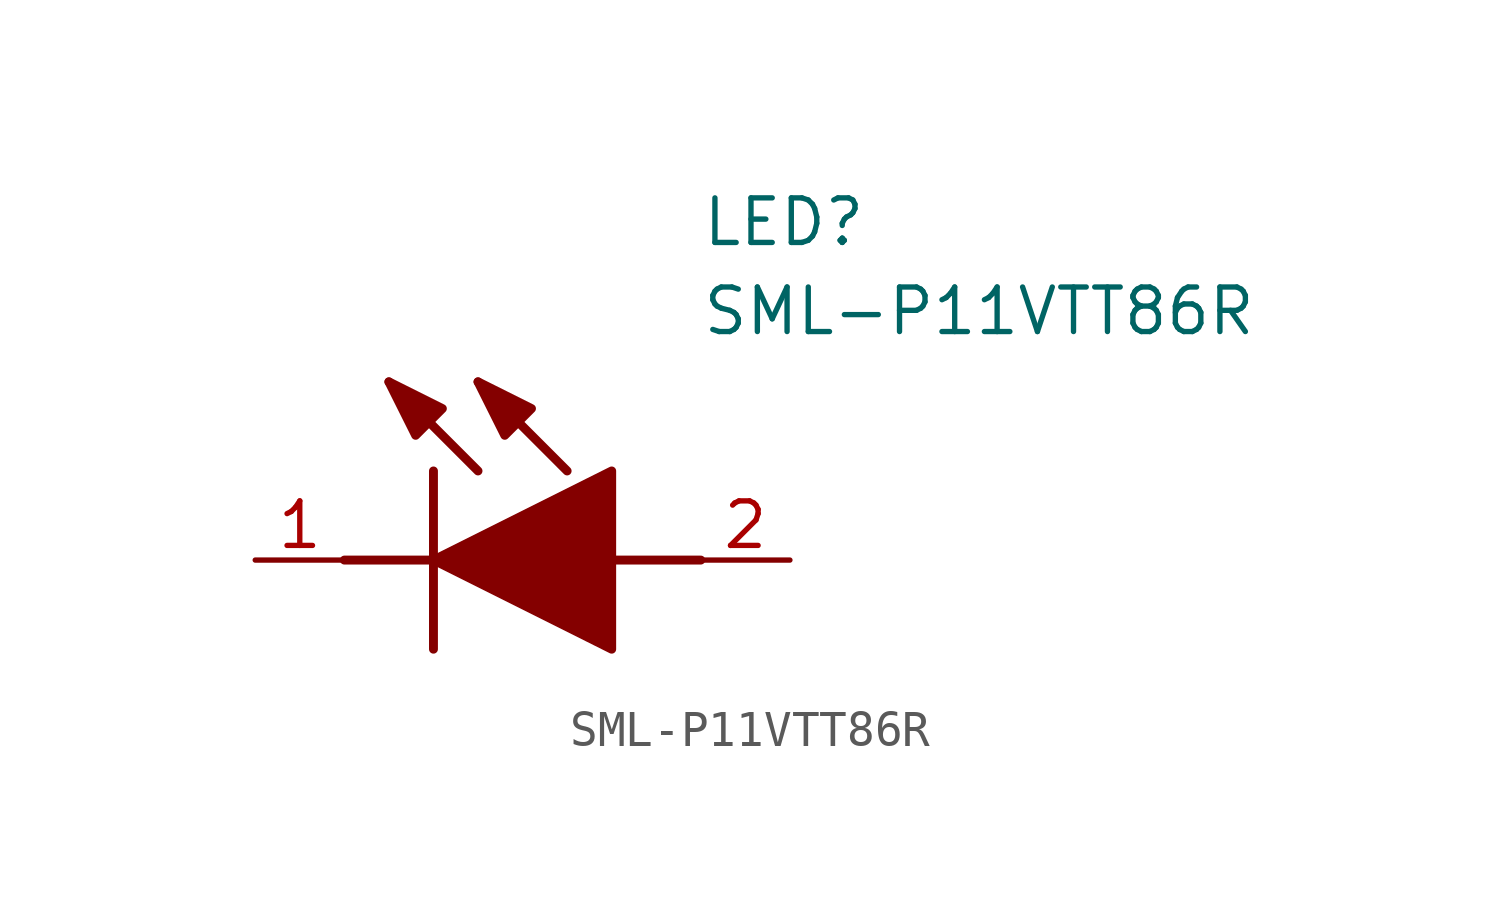
<source format=kicad_sym>
(kicad_symbol_lib
  (version 20211014)
  (generator SamacSys_ECAD_Model)
  (symbol "SML-P11VTT86R"
    (pin_names hide)
    (property "Reference" "LED"
      (at 12.7 8.89 0)
      (effects (font (size 1.27 1.27)) (justify left bottom)))
    (property "Value" "SML-P11VTT86R"
      (at 12.7 6.35 0)
      (effects (font (size 1.27 1.27)) (justify left bottom)))
    (polyline
      (pts (xy 5.08 2.54) (xy 5.08 -2.54))
      (stroke (width 0.254) (type default))
      (fill (type none)))
    (polyline
      (pts (xy 6.35 2.54) (xy 3.81 5.08))
      (stroke (width 0.254) (type default))
      (fill (type none)))
    (polyline
      (pts (xy 8.89 2.54) (xy 6.35 5.08))
      (stroke (width 0.254) (type default))
      (fill (type none)))
    (polyline
      (pts (xy 2.54 0) (xy 5.08 0))
      (stroke (width 0.254) (type default))
      (fill (type none)))
    (polyline
      (pts (xy 10.16 0) (xy 12.7 0))
      (stroke (width 0.254) (type default))
      (fill (type none)))
    (polyline
      (pts (xy 5.08 0) (xy 10.16 2.54) (xy 10.16 -2.54) (xy 5.08 0))
      (stroke (width 0.254) (type default))
      (fill (type outline)))
    (polyline
      (pts (xy 5.334 4.318) (xy 4.572 3.556) (xy 3.81 5.08) (xy 5.334 4.318))
      (stroke (width 0.254) (type default))
      (fill (type outline)))
    (polyline
      (pts (xy 7.874 4.318) (xy 7.112 3.556) (xy 6.35 5.08) (xy 7.874 4.318))
      (stroke (width 0.254) (type default))
      (fill (type outline)))
    (pin passive line
      (at 0 0 0)
      (length 2.54)
      (name "K" (effects (font (size 1.27 1.27))))
      (number "1" (effects (font (size 1.27 1.27)))))
    (pin passive line
      (at 15.24 0 180)
      (length 2.54)
      (name "A" (effects (font (size 1.27 1.27))))
      (number "2" (effects (font (size 1.27 1.27)))))))
</source>
